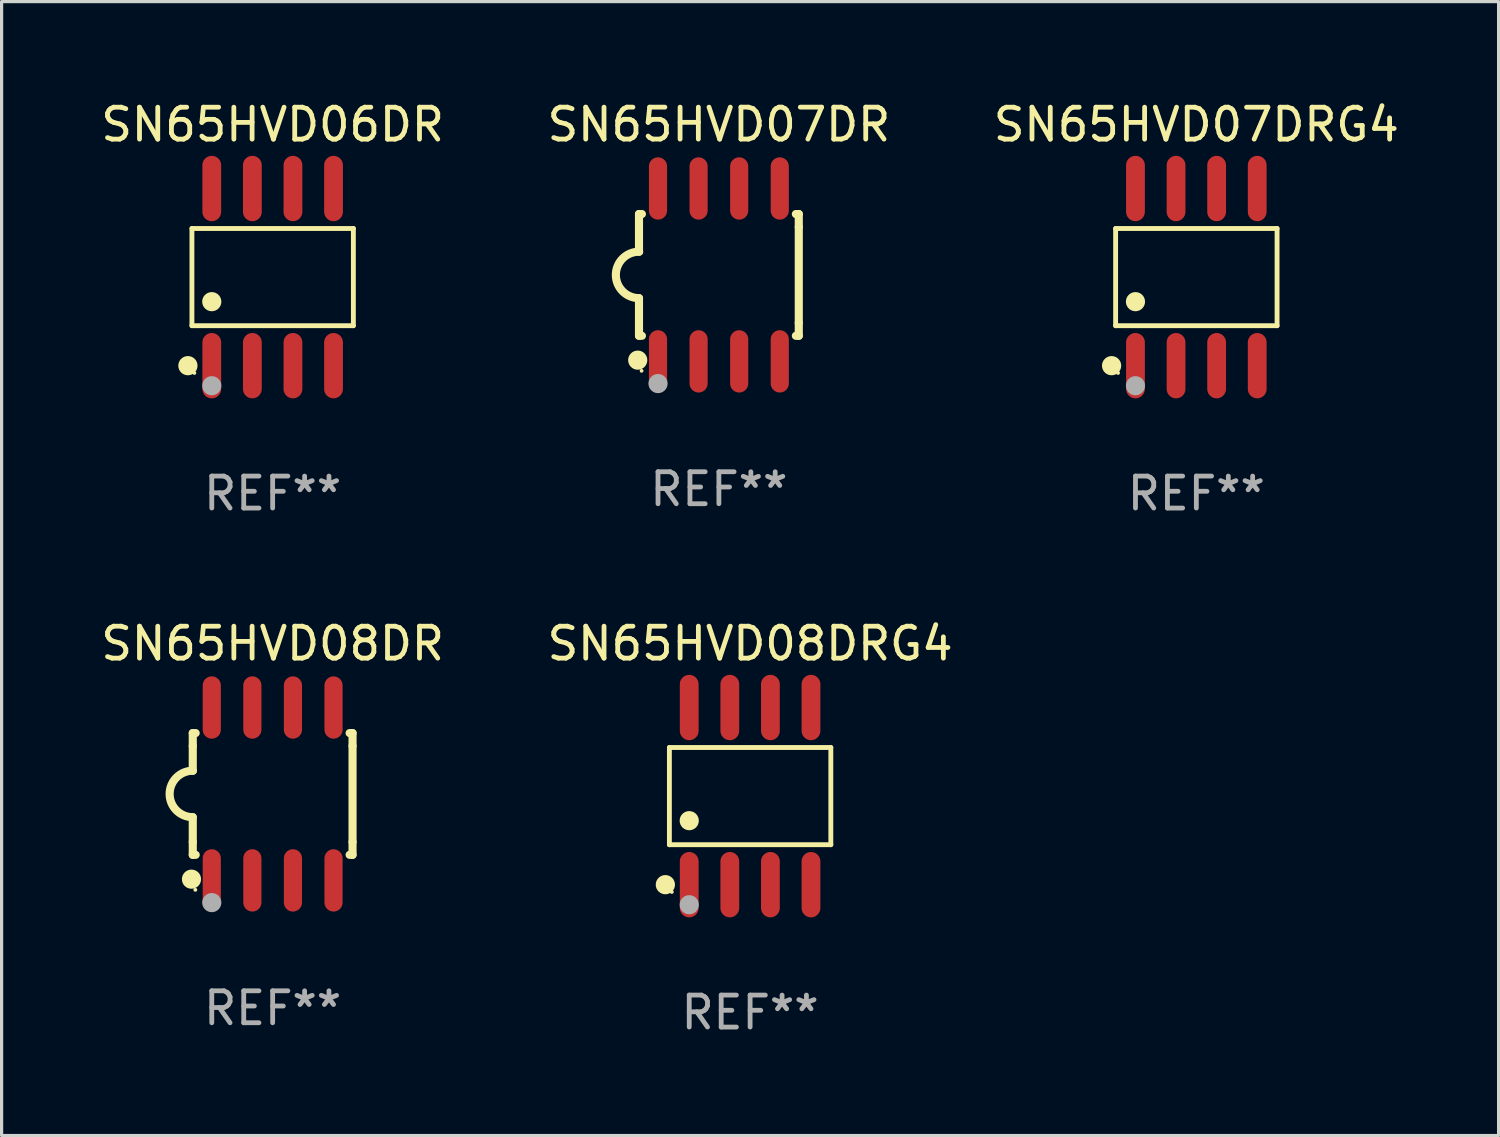
<source format=kicad_pcb>
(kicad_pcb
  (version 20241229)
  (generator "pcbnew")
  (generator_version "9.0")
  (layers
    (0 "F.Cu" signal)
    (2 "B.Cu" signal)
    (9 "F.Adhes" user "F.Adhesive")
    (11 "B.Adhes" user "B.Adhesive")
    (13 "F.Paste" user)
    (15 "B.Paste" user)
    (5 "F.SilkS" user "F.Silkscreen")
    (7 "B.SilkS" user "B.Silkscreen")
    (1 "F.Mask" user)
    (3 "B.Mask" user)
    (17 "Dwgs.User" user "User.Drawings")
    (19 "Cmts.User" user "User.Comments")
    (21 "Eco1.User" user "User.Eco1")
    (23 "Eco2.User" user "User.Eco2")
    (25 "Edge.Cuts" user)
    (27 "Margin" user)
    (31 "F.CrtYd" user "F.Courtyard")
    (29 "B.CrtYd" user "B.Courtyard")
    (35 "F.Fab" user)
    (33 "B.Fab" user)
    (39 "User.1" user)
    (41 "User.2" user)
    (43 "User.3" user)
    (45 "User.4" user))
  (footprint "SN65HVD06DR"
    (layer "F.Cu")
    (at 5.482 5.621)
    (property "Reference" "SN65HVD06DR" (at 0 -4.772 0) (layer "F.SilkS") (effects (font (size 1 1) (thickness 0.15))))
    (attr through_hole)
    (fp_line (start -2.526 -1.521) (end 2.526 -1.521) (stroke (width 0.152) (type solid)) (layer "F.SilkS"))
    (fp_line (start -2.526 1.521) (end -2.526 -1.521) (stroke (width 0.152) (type solid)) (layer "F.SilkS"))
    (fp_line (start 2.526 -1.521) (end 2.526 1.521) (stroke (width 0.152) (type solid)) (layer "F.SilkS"))
    (fp_line (start 2.526 1.521) (end -2.526 1.521) (stroke (width 0.152) (type solid)) (layer "F.SilkS"))
    (fp_circle (center -2.652 2.772) (end -2.501 2.772) (stroke (width 0.3) (type solid)) (fill no) (layer "F.SilkS"))
    (fp_circle (center -2.45 3) (end -2.42 3) (stroke (width 0.06) (type solid)) (fill no) (layer "F.SilkS"))
    (fp_circle (center -1.905 0.769) (end -1.755 0.769) (stroke (width 0.3) (type solid)) (fill no) (layer "F.SilkS"))
    (fp_circle (center -1.905 3.4) (end -1.755 3.4) (stroke (width 0.3) (type solid)) (fill no) (layer "F.Fab"))
    (fp_text user "REF**" (at 0 6.772 0) (layer "F.Fab") (effects (font (size 1 1) (thickness 0.15))))
    (pad "1" smd oval (at -1.905 2.772) (size 0.588 2.045) (layers "F.Cu" "F.Mask" "F.Paste"))
    (pad "2" smd oval (at -0.635 2.772) (size 0.588 2.045) (layers "F.Cu" "F.Mask" "F.Paste"))
    (pad "3" smd oval (at 0.635 2.772) (size 0.588 2.045) (layers "F.Cu" "F.Mask" "F.Paste"))
    (pad "4" smd oval (at 1.905 2.772) (size 0.588 2.045) (layers "F.Cu" "F.Mask" "F.Paste"))
    (pad "5" smd oval (at 1.905 -2.772) (size 0.588 2.045) (layers "F.Cu" "F.Mask" "F.Paste"))
    (pad "6" smd oval (at 0.635 -2.772) (size 0.588 2.045) (layers "F.Cu" "F.Mask" "F.Paste"))
    (pad "7" smd oval (at -0.635 -2.772) (size 0.588 2.045) (layers "F.Cu" "F.Mask" "F.Paste"))
    (pad "8" smd oval (at -1.905 -2.772) (size 0.588 2.045) (layers "F.Cu" "F.Mask" "F.Paste")))
  (footprint "SN65HVD07DR"
    (layer "F.Cu")
    (at 19.446 5.553)
    (property "Reference" "SN65HVD07DR" (at 0 -4.705 0) (layer "F.SilkS") (effects (font (size 1 1) (thickness 0.15))))
    (attr through_hole)
    (fp_line (start -2.5 -1.905) (end -2.409 -1.905) (stroke (width 0.254) (type solid)) (layer "F.SilkS"))
    (fp_line (start -2.5 -1.5) (end -2.5 -1.905) (stroke (width 0.254) (type solid)) (layer "F.SilkS"))
    (fp_line (start -2.5 -1.5) (end -2.5 -0.726) (stroke (width 0.254) (type solid)) (layer "F.SilkS"))
    (fp_line (start -2.5 1.5) (end -2.5 0.727) (stroke (width 0.254) (type solid)) (layer "F.SilkS"))
    (fp_line (start -2.5 1.5) (end -2.5 1.905) (stroke (width 0.254) (type solid)) (layer "F.SilkS"))
    (fp_line (start -2.5 1.905) (end -2.409 1.905) (stroke (width 0.254) (type solid)) (layer "F.SilkS"))
    (fp_line (start 2.5 -1.905) (end 2.409 -1.905) (stroke (width 0.254) (type solid)) (layer "F.SilkS"))
    (fp_line (start 2.5 -1.5) (end 2.5 -1.905) (stroke (width 0.254) (type solid)) (layer "F.SilkS"))
    (fp_line (start 2.5 -1.5) (end 2.5 1.5) (stroke (width 0.254) (type solid)) (layer "F.SilkS"))
    (fp_line (start 2.5 1.5) (end 2.5 1.905) (stroke (width 0.254) (type solid)) (layer "F.SilkS"))
    (fp_line (start 2.5 1.905) (end 2.409 1.905) (stroke (width 0.254) (type solid)) (layer "F.SilkS"))
    (fp_arc (start -2.5 0.726568) (mid -3.220316 -0.0023) (end -2.495097 -0.726289) (stroke (width 0.254001) (type solid)) (layer "F.SilkS"))
    (fp_circle (center -2.54 2.667) (end -2.39 2.667) (stroke (width 0.3) (type solid)) (fill no) (layer "F.SilkS"))
    (fp_circle (center -2.42 3) (end -2.39 3) (stroke (width 0.06) (type solid)) (fill no) (layer "F.SilkS"))
    (fp_circle (center -1.905 3.4) (end -1.755 3.4) (stroke (width 0.3) (type solid)) (fill no) (layer "F.Fab"))
    (fp_text user "REF**" (at 0 6.705 0) (layer "F.Fab") (effects (font (size 1 1) (thickness 0.15))))
    (pad "1" smd oval (at -1.905 2.705) (size 0.568 1.95) (layers "F.Cu" "F.Mask" "F.Paste"))
    (pad "2" smd oval (at -0.635 2.705) (size 0.568 1.95) (layers "F.Cu" "F.Mask" "F.Paste"))
    (pad "3" smd oval (at 0.635 2.705) (size 0.568 1.95) (layers "F.Cu" "F.Mask" "F.Paste"))
    (pad "4" smd oval (at 1.905 2.705) (size 0.568 1.95) (layers "F.Cu" "F.Mask" "F.Paste"))
    (pad "5" smd oval (at 1.905 -2.705) (size 0.568 1.95) (layers "F.Cu" "F.Mask" "F.Paste"))
    (pad "6" smd oval (at 0.635 -2.705) (size 0.568 1.95) (layers "F.Cu" "F.Mask" "F.Paste"))
    (pad "7" smd oval (at -0.635 -2.705) (size 0.568 1.95) (layers "F.Cu" "F.Mask" "F.Paste"))
    (pad "8" smd oval (at -1.905 -2.705) (size 0.568 1.95) (layers "F.Cu" "F.Mask" "F.Paste")))
  (footprint "SN65HVD08DR"
    (layer "F.Cu")
    (at 5.482 21.795)
    (property "Reference" "SN65HVD08DR" (at 0 -4.705 0) (layer "F.SilkS") (effects (font (size 1 1) (thickness 0.15))))
    (attr through_hole)
    (fp_line (start -2.5 -1.905) (end -2.409 -1.905) (stroke (width 0.254) (type solid)) (layer "F.SilkS"))
    (fp_line (start -2.5 -1.5) (end -2.5 -1.905) (stroke (width 0.254) (type solid)) (layer "F.SilkS"))
    (fp_line (start -2.5 -1.5) (end -2.5 -0.726) (stroke (width 0.254) (type solid)) (layer "F.SilkS"))
    (fp_line (start -2.5 1.5) (end -2.5 0.727) (stroke (width 0.254) (type solid)) (layer "F.SilkS"))
    (fp_line (start -2.5 1.5) (end -2.5 1.905) (stroke (width 0.254) (type solid)) (layer "F.SilkS"))
    (fp_line (start -2.5 1.905) (end -2.409 1.905) (stroke (width 0.254) (type solid)) (layer "F.SilkS"))
    (fp_line (start 2.5 -1.905) (end 2.409 -1.905) (stroke (width 0.254) (type solid)) (layer "F.SilkS"))
    (fp_line (start 2.5 -1.5) (end 2.5 -1.905) (stroke (width 0.254) (type solid)) (layer "F.SilkS"))
    (fp_line (start 2.5 -1.5) (end 2.5 1.5) (stroke (width 0.254) (type solid)) (layer "F.SilkS"))
    (fp_line (start 2.5 1.5) (end 2.5 1.905) (stroke (width 0.254) (type solid)) (layer "F.SilkS"))
    (fp_line (start 2.5 1.905) (end 2.409 1.905) (stroke (width 0.254) (type solid)) (layer "F.SilkS"))
    (fp_arc (start -2.5 0.726568) (mid -3.220316 -0.0023) (end -2.495097 -0.726289) (stroke (width 0.254001) (type solid)) (layer "F.SilkS"))
    (fp_circle (center -2.54 2.667) (end -2.39 2.667) (stroke (width 0.3) (type solid)) (fill no) (layer "F.SilkS"))
    (fp_circle (center -2.42 3) (end -2.39 3) (stroke (width 0.06) (type solid)) (fill no) (layer "F.SilkS"))
    (fp_circle (center -1.905 3.4) (end -1.755 3.4) (stroke (width 0.3) (type solid)) (fill no) (layer "F.Fab"))
    (fp_text user "REF**" (at 0 6.705 0) (layer "F.Fab") (effects (font (size 1 1) (thickness 0.15))))
    (pad "1" smd oval (at -1.905 2.705) (size 0.568 1.95) (layers "F.Cu" "F.Mask" "F.Paste"))
    (pad "2" smd oval (at -0.635 2.705) (size 0.568 1.95) (layers "F.Cu" "F.Mask" "F.Paste"))
    (pad "3" smd oval (at 0.635 2.705) (size 0.568 1.95) (layers "F.Cu" "F.Mask" "F.Paste"))
    (pad "4" smd oval (at 1.905 2.705) (size 0.568 1.95) (layers "F.Cu" "F.Mask" "F.Paste"))
    (pad "5" smd oval (at 1.905 -2.705) (size 0.568 1.95) (layers "F.Cu" "F.Mask" "F.Paste"))
    (pad "6" smd oval (at 0.635 -2.705) (size 0.568 1.95) (layers "F.Cu" "F.Mask" "F.Paste"))
    (pad "7" smd oval (at -0.635 -2.705) (size 0.568 1.95) (layers "F.Cu" "F.Mask" "F.Paste"))
    (pad "8" smd oval (at -1.905 -2.705) (size 0.568 1.95) (layers "F.Cu" "F.Mask" "F.Paste")))
  (footprint "SN65HVD08DRG4"
    (layer "F.Cu")
    (at 20.423 21.862)
    (property "Reference" "SN65HVD08DRG4" (at 0 -4.772 0) (layer "F.SilkS") (effects (font (size 1 1) (thickness 0.15))))
    (attr through_hole)
    (fp_line (start -2.526 -1.521) (end 2.526 -1.521) (stroke (width 0.152) (type solid)) (layer "F.SilkS"))
    (fp_line (start -2.526 1.521) (end -2.526 -1.521) (stroke (width 0.152) (type solid)) (layer "F.SilkS"))
    (fp_line (start 2.526 -1.521) (end 2.526 1.521) (stroke (width 0.152) (type solid)) (layer "F.SilkS"))
    (fp_line (start 2.526 1.521) (end -2.526 1.521) (stroke (width 0.152) (type solid)) (layer "F.SilkS"))
    (fp_circle (center -2.652 2.772) (end -2.501 2.772) (stroke (width 0.3) (type solid)) (fill no) (layer "F.SilkS"))
    (fp_circle (center -2.45 3) (end -2.42 3) (stroke (width 0.06) (type solid)) (fill no) (layer "F.SilkS"))
    (fp_circle (center -1.905 0.769) (end -1.755 0.769) (stroke (width 0.3) (type solid)) (fill no) (layer "F.SilkS"))
    (fp_circle (center -1.905 3.4) (end -1.755 3.4) (stroke (width 0.3) (type solid)) (fill no) (layer "F.Fab"))
    (fp_text user "REF**" (at 0 6.772 0) (layer "F.Fab") (effects (font (size 1 1) (thickness 0.15))))
    (pad "1" smd oval (at -1.905 2.772) (size 0.588 2.045) (layers "F.Cu" "F.Mask" "F.Paste"))
    (pad "2" smd oval (at -0.635 2.772) (size 0.588 2.045) (layers "F.Cu" "F.Mask" "F.Paste"))
    (pad "3" smd oval (at 0.635 2.772) (size 0.588 2.045) (layers "F.Cu" "F.Mask" "F.Paste"))
    (pad "4" smd oval (at 1.905 2.772) (size 0.588 2.045) (layers "F.Cu" "F.Mask" "F.Paste"))
    (pad "5" smd oval (at 1.905 -2.772) (size 0.588 2.045) (layers "F.Cu" "F.Mask" "F.Paste"))
    (pad "6" smd oval (at 0.635 -2.772) (size 0.588 2.045) (layers "F.Cu" "F.Mask" "F.Paste"))
    (pad "7" smd oval (at -0.635 -2.772) (size 0.588 2.045) (layers "F.Cu" "F.Mask" "F.Paste"))
    (pad "8" smd oval (at -1.905 -2.772) (size 0.588 2.045) (layers "F.Cu" "F.Mask" "F.Paste")))
  (footprint "SN65HVD07DRG4"
    (layer "F.Cu")
    (at 34.387 5.621)
    (property "Reference" "SN65HVD07DRG4" (at 0 -4.772 0) (layer "F.SilkS") (effects (font (size 1 1) (thickness 0.15))))
    (attr through_hole)
    (fp_line (start -2.526 -1.521) (end 2.526 -1.521) (stroke (width 0.152) (type solid)) (layer "F.SilkS"))
    (fp_line (start -2.526 1.521) (end -2.526 -1.521) (stroke (width 0.152) (type solid)) (layer "F.SilkS"))
    (fp_line (start 2.526 -1.521) (end 2.526 1.521) (stroke (width 0.152) (type solid)) (layer "F.SilkS"))
    (fp_line (start 2.526 1.521) (end -2.526 1.521) (stroke (width 0.152) (type solid)) (layer "F.SilkS"))
    (fp_circle (center -2.652 2.772) (end -2.501 2.772) (stroke (width 0.3) (type solid)) (fill no) (layer "F.SilkS"))
    (fp_circle (center -2.45 3) (end -2.42 3) (stroke (width 0.06) (type solid)) (fill no) (layer "F.SilkS"))
    (fp_circle (center -1.905 0.769) (end -1.755 0.769) (stroke (width 0.3) (type solid)) (fill no) (layer "F.SilkS"))
    (fp_circle (center -1.905 3.4) (end -1.755 3.4) (stroke (width 0.3) (type solid)) (fill no) (layer "F.Fab"))
    (fp_text user "REF**" (at 0 6.772 0) (layer "F.Fab") (effects (font (size 1 1) (thickness 0.15))))
    (pad "1" smd oval (at -1.905 2.772) (size 0.588 2.045) (layers "F.Cu" "F.Mask" "F.Paste"))
    (pad "2" smd oval (at -0.635 2.772) (size 0.588 2.045) (layers "F.Cu" "F.Mask" "F.Paste"))
    (pad "3" smd oval (at 0.635 2.772) (size 0.588 2.045) (layers "F.Cu" "F.Mask" "F.Paste"))
    (pad "4" smd oval (at 1.905 2.772) (size 0.588 2.045) (layers "F.Cu" "F.Mask" "F.Paste"))
    (pad "5" smd oval (at 1.905 -2.772) (size 0.588 2.045) (layers "F.Cu" "F.Mask" "F.Paste"))
    (pad "6" smd oval (at 0.635 -2.772) (size 0.588 2.045) (layers "F.Cu" "F.Mask" "F.Paste"))
    (pad "7" smd oval (at -0.635 -2.772) (size 0.588 2.045) (layers "F.Cu" "F.Mask" "F.Paste"))
    (pad "8" smd oval (at -1.905 -2.772) (size 0.588 2.045) (layers "F.Cu" "F.Mask" "F.Paste")))
  (gr_rect
    (start -3 -3)
    (end 43.845 32.483)
    (stroke (width 0.1) (type default))
    (fill no)
    (layer "Edge.Cuts")))
</source>
